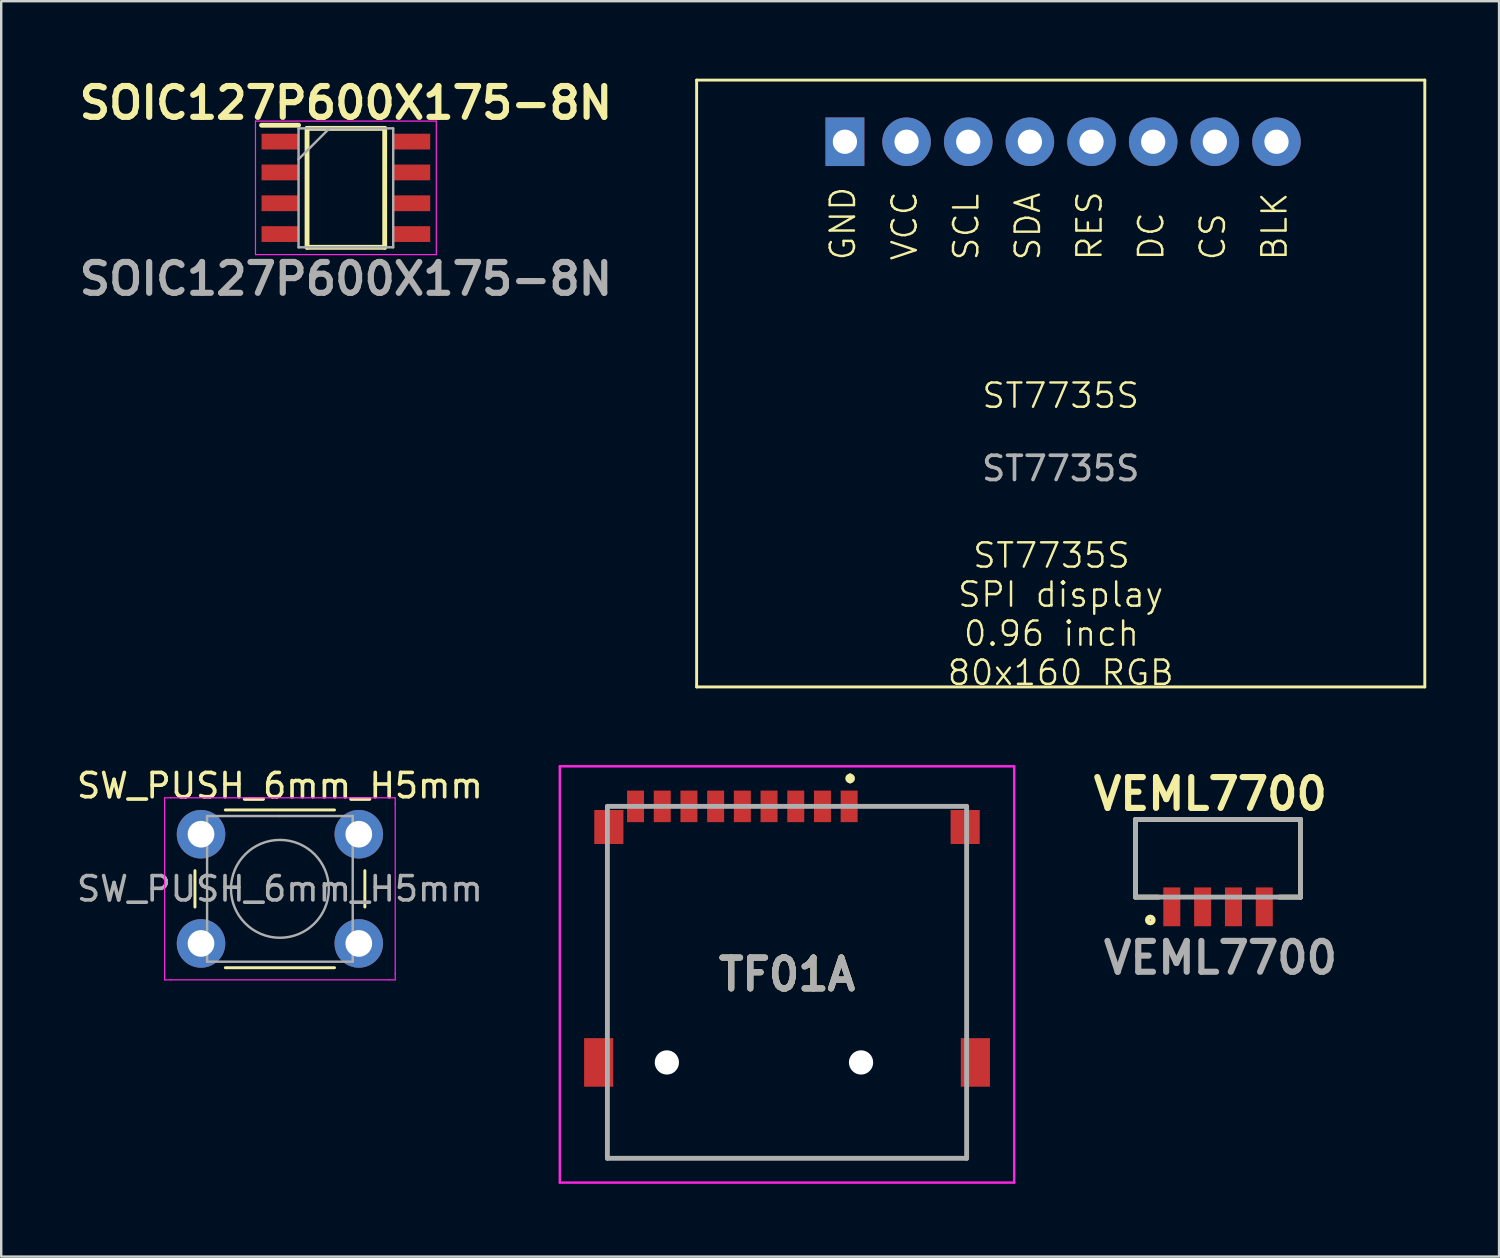
<source format=kicad_pcb>
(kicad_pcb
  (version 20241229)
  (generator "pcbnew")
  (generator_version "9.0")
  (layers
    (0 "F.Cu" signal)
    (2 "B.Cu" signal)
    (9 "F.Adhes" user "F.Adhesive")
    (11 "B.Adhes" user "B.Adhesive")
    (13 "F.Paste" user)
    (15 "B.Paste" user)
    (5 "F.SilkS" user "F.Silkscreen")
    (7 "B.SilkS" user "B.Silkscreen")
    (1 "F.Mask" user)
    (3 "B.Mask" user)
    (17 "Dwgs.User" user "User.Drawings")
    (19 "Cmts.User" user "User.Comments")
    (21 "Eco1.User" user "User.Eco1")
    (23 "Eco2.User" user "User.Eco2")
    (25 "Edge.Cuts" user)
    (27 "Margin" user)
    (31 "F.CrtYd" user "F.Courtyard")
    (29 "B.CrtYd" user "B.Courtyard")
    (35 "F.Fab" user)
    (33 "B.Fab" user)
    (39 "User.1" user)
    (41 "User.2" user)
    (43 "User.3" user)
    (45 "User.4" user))
  (footprint "TF01A"
    (layer "F.Cu")
    (at 29.374 37.421)
    (property "Reference" "TF01A" (at 0 -0.325 0) (layer "F.SilkS") (effects (font (size 1.27 1.27) (thickness 0.254))))
    (attr through_hole)
    (fp_line (start -7.4 -5) (end -7.4 1.5) (stroke (width 0.1) (type solid)) (layer "F.SilkS"))
    (fp_line (start -7.4 5) (end -7.4 7.25) (stroke (width 0.1) (type solid)) (layer "F.SilkS"))
    (fp_line (start -7.4 7.25) (end 7.4 7.25) (stroke (width 0.1) (type solid)) (layer "F.SilkS"))
    (fp_line (start 2.6 -8.5) (end 2.6 -8.5) (stroke (width 0.2) (type solid)) (layer "F.SilkS"))
    (fp_line (start 2.6 -8.3) (end 2.6 -8.3) (stroke (width 0.2) (type solid)) (layer "F.SilkS"))
    (fp_line (start 3.5 -7.25) (end 6.5 -7.25) (stroke (width 0.1) (type solid)) (layer "F.SilkS"))
    (fp_line (start 7.4 1.5) (end 7.4 -5) (stroke (width 0.1) (type solid)) (layer "F.SilkS"))
    (fp_line (start 7.4 7.25) (end 7.4 5.5) (stroke (width 0.1) (type solid)) (layer "F.SilkS"))
    (fp_arc (start 2.6 -8.5) (mid 2.7 -8.4) (end 2.6 -8.3) (stroke (width 0.2) (type solid)) (layer "F.SilkS"))
    (fp_arc (start 2.6 -8.3) (mid 2.5 -8.4) (end 2.6 -8.5) (stroke (width 0.2) (type solid)) (layer "F.SilkS"))
    (fp_line (start -9.36 -8.9) (end 9.36 -8.9) (stroke (width 0.1) (type solid)) (layer "F.CrtYd"))
    (fp_line (start -9.36 8.25) (end -9.36 -8.9) (stroke (width 0.1) (type solid)) (layer "F.CrtYd"))
    (fp_line (start 9.36 -8.9) (end 9.36 8.25) (stroke (width 0.1) (type solid)) (layer "F.CrtYd"))
    (fp_line (start 9.36 8.25) (end -9.36 8.25) (stroke (width 0.1) (type solid)) (layer "F.CrtYd"))
    (fp_line (start -7.4 -7.25) (end 7.4 -7.25) (stroke (width 0.2) (type solid)) (layer "F.Fab"))
    (fp_line (start -7.4 7.25) (end -7.4 -7.25) (stroke (width 0.2) (type solid)) (layer "F.Fab"))
    (fp_line (start 7.4 -7.25) (end 7.4 7.25) (stroke (width 0.2) (type solid)) (layer "F.Fab"))
    (fp_line (start 7.4 7.25) (end -7.4 7.25) (stroke (width 0.2) (type solid)) (layer "F.Fab"))
    (fp_text user "${REFERENCE}" (at 0 -0.325 0) (layer "F.Fab") (effects (font (size 1.27 1.27) (thickness 0.254))))
    (pad "" np_thru_hole circle (at -4.95 3.3) (size 1 1) (drill 1) (layers "*.Cu" "*.Mask"))
    (pad "" np_thru_hole circle (at 3.05 3.3) (size 1 1) (drill 1) (layers "*.Cu" "*.Mask"))
    (pad "1" smd rect (at 2.56 -7.25) (size 0.7 1.3) (layers "F.Cu" "F.Mask" "F.Paste"))
    (pad "2" smd rect (at 1.46 -7.25) (size 0.7 1.3) (layers "F.Cu" "F.Mask" "F.Paste"))
    (pad "3" smd rect (at 0.36 -7.25) (size 0.7 1.3) (layers "F.Cu" "F.Mask" "F.Paste"))
    (pad "4" smd rect (at -0.74 -7.25) (size 0.7 1.3) (layers "F.Cu" "F.Mask" "F.Paste"))
    (pad "5" smd rect (at -1.84 -7.25) (size 0.7 1.3) (layers "F.Cu" "F.Mask" "F.Paste"))
    (pad "6" smd rect (at -2.94 -7.25) (size 0.7 1.3) (layers "F.Cu" "F.Mask" "F.Paste"))
    (pad "7" smd rect (at -4.04 -7.25) (size 0.7 1.3) (layers "F.Cu" "F.Mask" "F.Paste"))
    (pad "8" smd rect (at -5.14 -7.25) (size 0.7 1.3) (layers "F.Cu" "F.Mask" "F.Paste"))
    (pad "CD1" smd rect (at -6.24 -7.25) (size 0.7 1.3) (layers "F.Cu" "F.Mask" "F.Paste"))
    (pad "MP1" smd rect (at -7.34 -6.4) (size 1.2 1.4) (layers "F.Cu" "F.Mask" "F.Paste"))
    (pad "MP2" smd rect (at -7.76 3.3) (size 1.2 2) (layers "F.Cu" "F.Mask" "F.Paste"))
    (pad "MP3" smd rect (at 7.76 3.3) (size 1.2 2) (layers "F.Cu" "F.Mask" "F.Paste"))
    (pad "MP4" smd rect (at 7.34 -6.4) (size 1.2 1.4) (layers "F.Cu" "F.Mask" "F.Paste")))
  (footprint "ST7735S"
    (layer "F.Cu")
    (at 25.65 0.25)
    (property "Reference" "ST7735S" (at 15 13 0) (unlocked yes) (layer "F.SilkS") (effects (font (size 1 1) (thickness 0.1))))
    (attr through_hole)
    (fp_line (start 0 0) (end 30 0) (stroke (width 0.12) (type solid)) (layer "F.SilkS"))
    (fp_line (start 0 25) (end 0 0) (stroke (width 0.12) (type solid)) (layer "F.SilkS"))
    (fp_line (start 30 0) (end 30 25) (stroke (width 0.12) (type solid)) (layer "F.SilkS"))
    (fp_line (start 30 25) (end 0 25) (stroke (width 0.12) (type solid)) (layer "F.SilkS"))
    (fp_text user "ST7735S \nSPI display\n0.96 inch \n80x160 RGB" (at 15 25 0) (unlocked yes) (layer "F.SilkS") (effects (font (size 1 1) (thickness 0.1)) (justify bottom)))
    (fp_text user "VCC" (at 9.15 7.5 90) (unlocked yes) (layer "F.SilkS") (effects (font (size 1 1) (thickness 0.1)) (justify left bottom)))
    (fp_text user "BLK" (at 24.39 7.5 90) (unlocked yes) (layer "F.SilkS") (effects (font (size 1 1) (thickness 0.1)) (justify left bottom)))
    (fp_text user "SDA" (at 14.23 7.5 90) (unlocked yes) (layer "F.SilkS") (effects (font (size 1 1) (thickness 0.1)) (justify left bottom)))
    (fp_text user "CS" (at 21.85 7.5 90) (unlocked yes) (layer "F.SilkS") (effects (font (size 1 1) (thickness 0.1)) (justify left bottom)))
    (fp_text user "SCL" (at 11.69 7.5 90) (unlocked yes) (layer "F.SilkS") (effects (font (size 1 1) (thickness 0.1)) (justify left bottom)))
    (fp_text user "RES" (at 16.77 7.5 90) (unlocked yes) (layer "F.SilkS") (effects (font (size 1 1) (thickness 0.1)) (justify left bottom)))
    (fp_text user "DC" (at 19.31 7.5 90) (unlocked yes) (layer "F.SilkS") (effects (font (size 1 1) (thickness 0.1)) (justify left bottom)))
    (fp_text user "GND" (at 6.61 7.5 90) (unlocked yes) (layer "F.SilkS") (effects (font (size 1 1) (thickness 0.1)) (justify left bottom)))
    (fp_text user "${REFERENCE}" (at 15 16 0) (unlocked yes) (layer "F.Fab") (effects (font (size 1 1) (thickness 0.15))))
    (pad "1" thru_hole rect (at 6.11 2.54 90) (size 2 1.6) (drill 1) (layers "*.Cu" "*.Mask"))
    (pad "2" thru_hole circle (at 8.65 2.54 90) (size 2 2) (drill oval 1) (layers "*.Cu" "*.Mask"))
    (pad "3" thru_hole circle (at 11.19 2.54 90) (size 2 2) (drill 1) (layers "*.Cu" "*.Mask"))
    (pad "4" thru_hole circle (at 13.73 2.54 90) (size 2 2) (drill 1) (layers "*.Cu" "*.Mask"))
    (pad "5" thru_hole circle (at 16.27 2.54 90) (size 2 2) (drill 1) (layers "*.Cu" "*.Mask"))
    (pad "6" thru_hole circle (at 18.81 2.54 90) (size 2 2) (drill 1) (layers "*.Cu" "*.Mask"))
    (pad "7" thru_hole circle (at 21.35 2.54 90) (size 2 2) (drill 1) (layers "*.Cu" "*.Mask"))
    (pad "8" thru_hole circle (at 23.89 2.54 90) (size 2 2) (drill 1) (layers "*.Cu" "*.Mask")))
  (footprint "SOIC127P600X175-8N"
    (layer "F.Cu")
    (at 11.2 4.689)
    (property "Reference" "SOIC127P600X175-8N" (at 0 -3.5 0) (layer "F.SilkS") (effects (font (size 1.27 1.27) (thickness 0.254))))
    (attr smd)
    (fp_line (start -3.475 -2.58) (end -1.95 -2.58) (stroke (width 0.2) (type solid)) (layer "F.SilkS"))
    (fp_line (start -1.6 -2.45) (end 1.6 -2.45) (stroke (width 0.2) (type solid)) (layer "F.SilkS"))
    (fp_line (start -1.6 2.45) (end -1.6 -2.45) (stroke (width 0.2) (type solid)) (layer "F.SilkS"))
    (fp_line (start 1.6 -2.45) (end 1.6 2.45) (stroke (width 0.2) (type solid)) (layer "F.SilkS"))
    (fp_line (start 1.6 2.45) (end -1.6 2.45) (stroke (width 0.2) (type solid)) (layer "F.SilkS"))
    (fp_line (start -3.725 -2.75) (end 3.725 -2.75) (stroke (width 0.05) (type solid)) (layer "F.CrtYd"))
    (fp_line (start -3.725 2.75) (end -3.725 -2.75) (stroke (width 0.05) (type solid)) (layer "F.CrtYd"))
    (fp_line (start 3.725 -2.75) (end 3.725 2.75) (stroke (width 0.05) (type solid)) (layer "F.CrtYd"))
    (fp_line (start 3.725 2.75) (end -3.725 2.75) (stroke (width 0.05) (type solid)) (layer "F.CrtYd"))
    (fp_line (start -1.95 -2.45) (end 1.95 -2.45) (stroke (width 0.1) (type solid)) (layer "F.Fab"))
    (fp_line (start -1.95 -1.18) (end -0.68 -2.45) (stroke (width 0.1) (type solid)) (layer "F.Fab"))
    (fp_line (start -1.95 2.45) (end -1.95 -2.45) (stroke (width 0.1) (type solid)) (layer "F.Fab"))
    (fp_line (start 1.95 -2.45) (end 1.95 2.45) (stroke (width 0.1) (type solid)) (layer "F.Fab"))
    (fp_line (start 1.95 2.45) (end -1.95 2.45) (stroke (width 0.1) (type solid)) (layer "F.Fab"))
    (fp_text user "${REFERENCE}" (at 0 3.75 0) (layer "F.Fab") (effects (font (size 1.27 1.27) (thickness 0.254))))
    (pad "1" smd rect (at -2.712 -1.905 90) (size 0.65 1.525) (layers "F.Cu" "F.Mask" "F.Paste"))
    (pad "2" smd rect (at -2.712 -0.635 90) (size 0.65 1.525) (layers "F.Cu" "F.Mask" "F.Paste"))
    (pad "3" smd rect (at -2.712 0.635 90) (size 0.65 1.525) (layers "F.Cu" "F.Mask" "F.Paste"))
    (pad "4" smd rect (at -2.712 1.905 90) (size 0.65 1.525) (layers "F.Cu" "F.Mask" "F.Paste"))
    (pad "5" smd rect (at 2.712 1.905 90) (size 0.65 1.525) (layers "F.Cu" "F.Mask" "F.Paste"))
    (pad "6" smd rect (at 2.712 0.635 90) (size 0.65 1.525) (layers "F.Cu" "F.Mask" "F.Paste"))
    (pad "7" smd rect (at 2.712 -0.635 90) (size 0.65 1.525) (layers "F.Cu" "F.Mask" "F.Paste"))
    (pad "8" smd rect (at 2.712 -1.905 90) (size 0.65 1.525) (layers "F.Cu" "F.Mask" "F.Paste")))
  (footprint "SW_PUSH_6mm_H5mm"
    (layer "F.Cu")
    (at 5.232 31.319)
    (property "Reference" "SW_PUSH_6mm_H5mm" (at 3.25 -2 0) (layer "F.SilkS") (effects (font (size 1 1) (thickness 0.15))))
    (attr through_hole)
    (fp_line (start -0.25 1.5) (end -0.25 3) (stroke (width 0.12) (type solid)) (layer "F.SilkS"))
    (fp_line (start 1 5.5) (end 5.5 5.5) (stroke (width 0.12) (type solid)) (layer "F.SilkS"))
    (fp_line (start 5.5 -1) (end 1 -1) (stroke (width 0.12) (type solid)) (layer "F.SilkS"))
    (fp_line (start 6.75 3) (end 6.75 1.5) (stroke (width 0.12) (type solid)) (layer "F.SilkS"))
    (fp_line (start -1.5 -1.5) (end -1.25 -1.5) (stroke (width 0.05) (type solid)) (layer "F.CrtYd"))
    (fp_line (start -1.5 -1.25) (end -1.5 -1.5) (stroke (width 0.05) (type solid)) (layer "F.CrtYd"))
    (fp_line (start -1.5 5.75) (end -1.5 -1.25) (stroke (width 0.05) (type solid)) (layer "F.CrtYd"))
    (fp_line (start -1.5 5.75) (end -1.5 6) (stroke (width 0.05) (type solid)) (layer "F.CrtYd"))
    (fp_line (start -1.5 6) (end -1.25 6) (stroke (width 0.05) (type solid)) (layer "F.CrtYd"))
    (fp_line (start -1.25 -1.5) (end 7.75 -1.5) (stroke (width 0.05) (type solid)) (layer "F.CrtYd"))
    (fp_line (start 7.75 -1.5) (end 8 -1.5) (stroke (width 0.05) (type solid)) (layer "F.CrtYd"))
    (fp_line (start 7.75 6) (end -1.25 6) (stroke (width 0.05) (type solid)) (layer "F.CrtYd"))
    (fp_line (start 7.75 6) (end 8 6) (stroke (width 0.05) (type solid)) (layer "F.CrtYd"))
    (fp_line (start 8 -1.5) (end 8 -1.25) (stroke (width 0.05) (type solid)) (layer "F.CrtYd"))
    (fp_line (start 8 -1.25) (end 8 5.75) (stroke (width 0.05) (type solid)) (layer "F.CrtYd"))
    (fp_line (start 8 6) (end 8 5.75) (stroke (width 0.05) (type solid)) (layer "F.CrtYd"))
    (fp_line (start 0.25 -0.75) (end 3.25 -0.75) (stroke (width 0.1) (type solid)) (layer "F.Fab"))
    (fp_line (start 0.25 5.25) (end 0.25 -0.75) (stroke (width 0.1) (type solid)) (layer "F.Fab"))
    (fp_line (start 3.25 -0.75) (end 6.25 -0.75) (stroke (width 0.1) (type solid)) (layer "F.Fab"))
    (fp_line (start 6.25 -0.75) (end 6.25 5.25) (stroke (width 0.1) (type solid)) (layer "F.Fab"))
    (fp_line (start 6.25 5.25) (end 0.25 5.25) (stroke (width 0.1) (type solid)) (layer "F.Fab"))
    (fp_circle (center 3.25 2.25) (end 1.25 2.5) (stroke (width 0.1) (type solid)) (fill no) (layer "F.Fab"))
    (fp_text user "${REFERENCE}" (at 3.25 2.25 0) (layer "F.Fab") (effects (font (size 1 1) (thickness 0.15))))
    (pad "1" thru_hole circle (at 0 0 90) (size 2 2) (drill 1.1) (layers "*.Cu" "*.Mask"))
    (pad "2" thru_hole circle (at 0 4.5 90) (size 2 2) (drill 1.1) (layers "*.Cu" "*.Mask"))
    (pad "3" thru_hole circle (at 6.5 4.5 90) (size 2 2) (drill 1.1) (layers "*.Cu" "*.Mask"))
    (pad "4" thru_hole circle (at 6.5 0 90) (size 2 2) (drill 1.1) (layers "*.Cu" "*.Mask")))
  (footprint "VEML7700"
    (layer "F.Cu")
    (at 43.732 33.91)
    (property "Reference" "VEML7700" (at 3.083 -4.25 0) (layer "F.SilkS") (effects (font (size 1.27 1.27) (thickness 0.254))))
    (attr smd)
    (fp_line (start 0 -3.2) (end 0 0) (stroke (width 0.2) (type solid)) (layer "F.SilkS"))
    (fp_line (start 0 -3.2) (end 6.8 -3.2) (stroke (width 0.2) (type solid)) (layer "F.SilkS"))
    (fp_line (start 0 0) (end 0.944 0) (stroke (width 0.2) (type solid)) (layer "F.SilkS"))
    (fp_line (start 6.8 -3.2) (end 6.8 0) (stroke (width 0.2) (type solid)) (layer "F.SilkS"))
    (fp_line (start 6.8 0) (end 5.92 0) (stroke (width 0.2) (type solid)) (layer "F.SilkS"))
    (fp_circle (center 0.61 0.942) (end 0.61 1.062) (stroke (width 0.2) (type solid)) (fill no) (layer "F.SilkS"))
    (fp_line (start 0 -3.2) (end 6.8 -3.2) (stroke (width 0.2) (type solid)) (layer "F.Fab"))
    (fp_line (start 0 0) (end 0 -3.2) (stroke (width 0.2) (type solid)) (layer "F.Fab"))
    (fp_line (start 6.8 -3.2) (end 6.8 0) (stroke (width 0.2) (type solid)) (layer "F.Fab"))
    (fp_line (start 6.8 0) (end 0 0) (stroke (width 0.2) (type solid)) (layer "F.Fab"))
    (fp_text user "${REFERENCE}" (at 3.5 2.5 0) (layer "F.Fab") (effects (font (size 1.27 1.27) (thickness 0.254))))
    (pad "1" smd rect (at 1.495 0.4) (size 0.7 1.6) (layers "F.Cu" "F.Mask" "F.Paste"))
    (pad "2" smd rect (at 2.765 0.4) (size 0.7 1.6) (layers "F.Cu" "F.Mask" "F.Paste"))
    (pad "3" smd rect (at 4.035 0.4) (size 0.7 1.6) (layers "F.Cu" "F.Mask" "F.Paste"))
    (pad "4" smd rect (at 5.305 0.4) (size 0.7 1.6) (layers "F.Cu" "F.Mask" "F.Paste")))
  (gr_rect
    (start -3 -3)
    (end 58.71 48.721)
    (stroke (width 0.1) (type default))
    (fill no)
    (layer "Edge.Cuts")))
</source>
